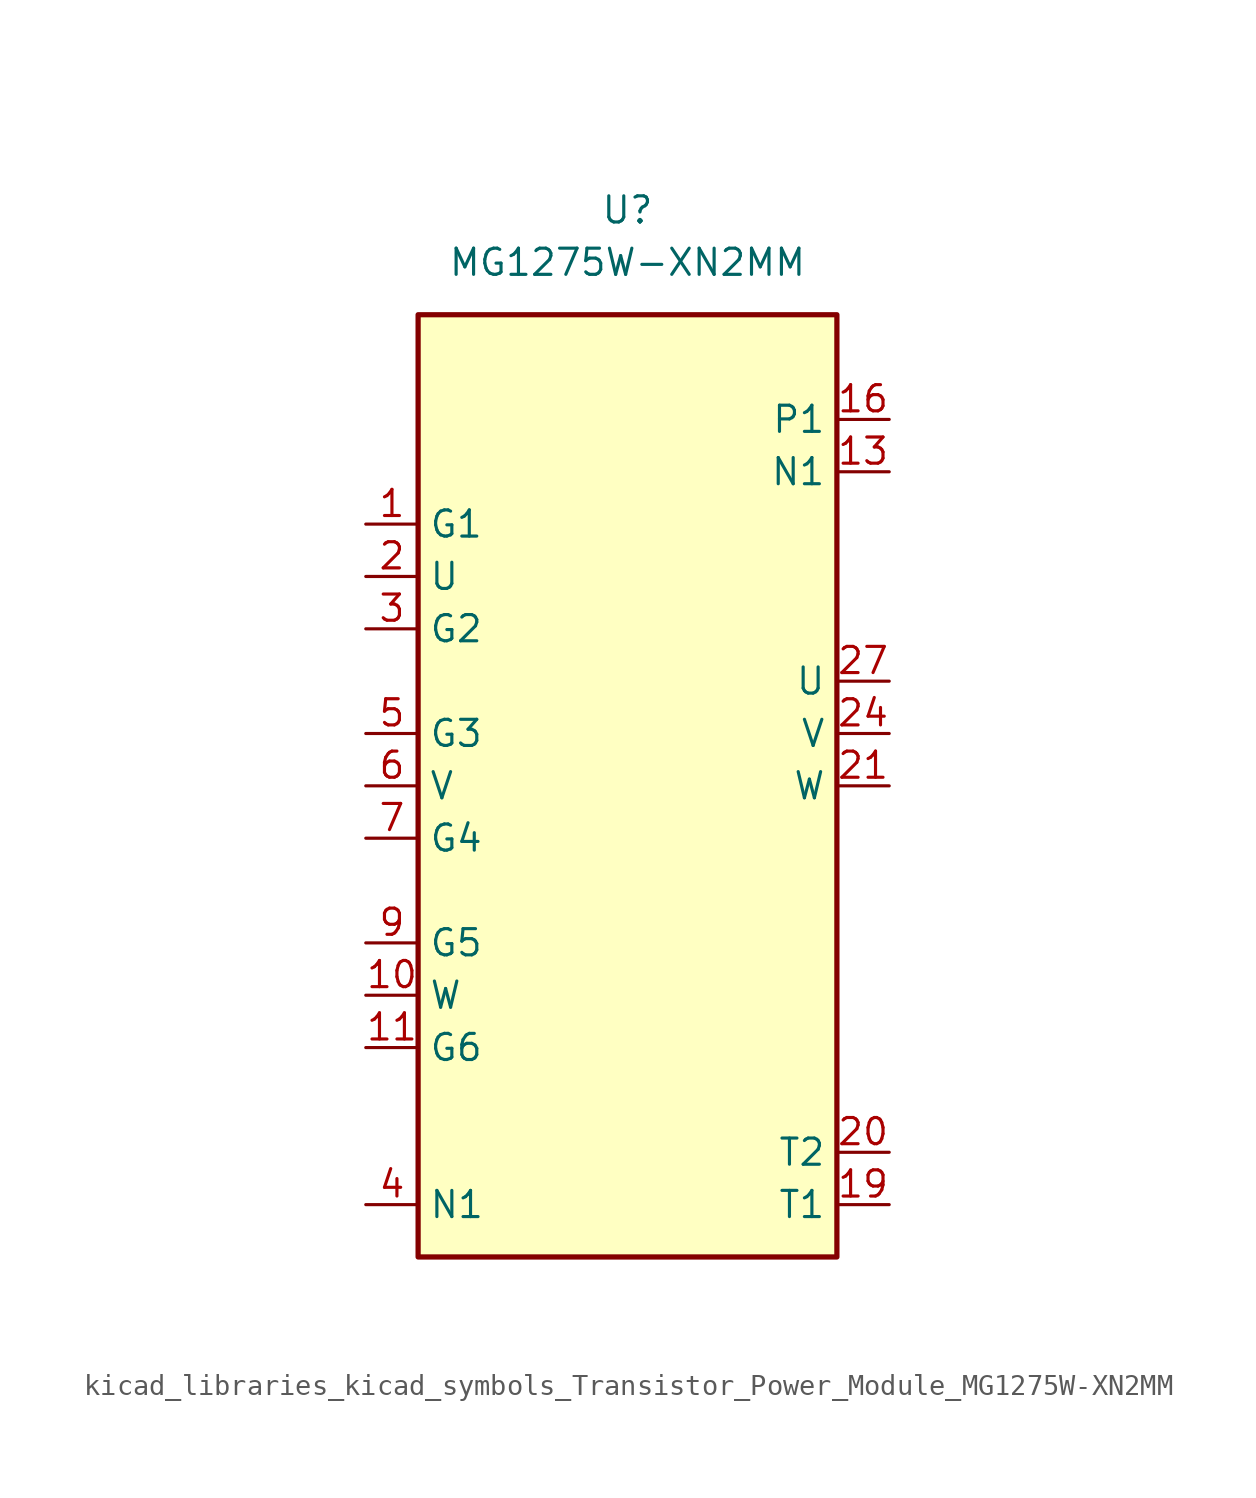
<source format=kicad_sym>
(kicad_symbol_lib
  (version 20220914)
  (generator kicad_symbol_editor)
  (symbol "kicad_libraries_kicad_symbols_Transistor_Power_Module_MG1275W-XN2MM"
    (property "Reference" "U"
      (at 0 27.94 0)
      (effects (font (size 1.27 1.27))))
    (property "Value" "MG1275W-XN2MM"
      (at 0 25.4 0)
      (effects (font (size 1.27 1.27))))
    (symbol "kicad_libraries_kicad_symbols_Transistor_Power_Module_MG1275W-XN2MM_0_0"
      (pin passive line (at 12.7 15.24 180) (length 2.54) (name "N1" (effects (font (size 1.27 1.27)))) (number "13" (effects (font (size 1.27 1.27)))))
      (pin passive line (at 12.7 15.24 180) (length 2.54) hide (name "N1" (effects (font (size 1.27 1.27)))) (number "14" (effects (font (size 1.27 1.27)))))
      (pin passive line (at 12.7 15.24 180) (length 2.54) hide (name "N1" (effects (font (size 1.27 1.27)))) (number "15" (effects (font (size 1.27 1.27)))))
      (pin passive line (at 12.7 17.78 180) (length 2.54) (name "P1" (effects (font (size 1.27 1.27)))) (number "16" (effects (font (size 1.27 1.27)))))
      (pin passive line (at 12.7 17.78 180) (length 2.54) hide (name "P1" (effects (font (size 1.27 1.27)))) (number "17" (effects (font (size 1.27 1.27)))))
      (pin passive line (at 12.7 17.78 180) (length 2.54) hide (name "P1" (effects (font (size 1.27 1.27)))) (number "18" (effects (font (size 1.27 1.27)))))
      (pin passive line (at 12.7 -20.32 180) (length 2.54) (name "T1" (effects (font (size 1.27 1.27)))) (number "19" (effects (font (size 1.27 1.27)))))
      (pin passive line (at 12.7 -17.78 180) (length 2.54) (name "T2" (effects (font (size 1.27 1.27)))) (number "20" (effects (font (size 1.27 1.27)))))
      (pin passive line (at 12.7 17.78 180) (length 2.54) hide (name "P1" (effects (font (size 1.27 1.27)))) (number "30" (effects (font (size 1.27 1.27)))))
      (pin passive line (at 12.7 17.78 180) (length 2.54) hide (name "P1" (effects (font (size 1.27 1.27)))) (number "31" (effects (font (size 1.27 1.27)))))
      (pin passive line (at 12.7 17.78 180) (length 2.54) hide (name "P1" (effects (font (size 1.27 1.27)))) (number "32" (effects (font (size 1.27 1.27)))))
      (pin passive line (at 12.7 15.24 180) (length 2.54) hide (name "N1" (effects (font (size 1.27 1.27)))) (number "33" (effects (font (size 1.27 1.27)))))
      (pin passive line (at 12.7 15.24 180) (length 2.54) hide (name "N1" (effects (font (size 1.27 1.27)))) (number "34" (effects (font (size 1.27 1.27)))))
      (pin passive line (at 12.7 15.24 180) (length 2.54) hide (name "N1" (effects (font (size 1.27 1.27)))) (number "35" (effects (font (size 1.27 1.27))))))
    (symbol "kicad_libraries_kicad_symbols_Transistor_Power_Module_MG1275W-XN2MM_1_1"
      (rectangle (start -10.16 22.86) (end 10.16 -22.86) (stroke (width 0.254) (type default)) (fill (type background)))
      (pin passive line (at -12.7 12.7 0) (length 2.54) (name "G1" (effects (font (size 1.27 1.27)))) (number "1" (effects (font (size 1.27 1.27)))))
      (pin passive line (at -12.7 -10.16 0) (length 2.54) (name "W" (effects (font (size 1.27 1.27)))) (number "10" (effects (font (size 1.27 1.27)))))
      (pin passive line (at -12.7 -12.7 0) (length 2.54) (name "G6" (effects (font (size 1.27 1.27)))) (number "11" (effects (font (size 1.27 1.27)))))
      (pin passive line (at -12.7 -20.32 0) (length 2.54) hide (name "N1" (effects (font (size 1.27 1.27)))) (number "12" (effects (font (size 1.27 1.27)))))
      (pin passive line (at -12.7 10.16 0) (length 2.54) (name "U" (effects (font (size 1.27 1.27)))) (number "2" (effects (font (size 1.27 1.27)))))
      (pin passive line (at 12.7 0 180) (length 2.54) (name "W" (effects (font (size 1.27 1.27)))) (number "21" (effects (font (size 1.27 1.27)))))
      (pin passive line (at 12.7 0 180) (length 2.54) hide (name "W" (effects (font (size 1.27 1.27)))) (number "22" (effects (font (size 1.27 1.27)))))
      (pin passive line (at 12.7 0 180) (length 2.54) hide (name "W" (effects (font (size 1.27 1.27)))) (number "23" (effects (font (size 1.27 1.27)))))
      (pin passive line (at 12.7 2.54 180) (length 2.54) (name "V" (effects (font (size 1.27 1.27)))) (number "24" (effects (font (size 1.27 1.27)))))
      (pin passive line (at 12.7 2.54 180) (length 2.54) hide (name "V" (effects (font (size 1.27 1.27)))) (number "25" (effects (font (size 1.27 1.27)))))
      (pin passive line (at 12.7 2.54 180) (length 2.54) hide (name "V" (effects (font (size 1.27 1.27)))) (number "26" (effects (font (size 1.27 1.27)))))
      (pin passive line (at 12.7 5.08 180) (length 2.54) (name "U" (effects (font (size 1.27 1.27)))) (number "27" (effects (font (size 1.27 1.27)))))
      (pin passive line (at 12.7 5.08 180) (length 2.54) hide (name "U" (effects (font (size 1.27 1.27)))) (number "28" (effects (font (size 1.27 1.27)))))
      (pin passive line (at 12.7 5.08 180) (length 2.54) hide (name "U" (effects (font (size 1.27 1.27)))) (number "29" (effects (font (size 1.27 1.27)))))
      (pin passive line (at -12.7 7.62 0) (length 2.54) (name "G2" (effects (font (size 1.27 1.27)))) (number "3" (effects (font (size 1.27 1.27)))))
      (pin passive line (at -12.7 -20.32 0) (length 2.54) (name "N1" (effects (font (size 1.27 1.27)))) (number "4" (effects (font (size 1.27 1.27)))))
      (pin passive line (at -12.7 2.54 0) (length 2.54) (name "G3" (effects (font (size 1.27 1.27)))) (number "5" (effects (font (size 1.27 1.27)))))
      (pin passive line (at -12.7 0 0) (length 2.54) (name "V" (effects (font (size 1.27 1.27)))) (number "6" (effects (font (size 1.27 1.27)))))
      (pin passive line (at -12.7 -2.54 0) (length 2.54) (name "G4" (effects (font (size 1.27 1.27)))) (number "7" (effects (font (size 1.27 1.27)))))
      (pin passive line (at -12.7 -20.32 0) (length 2.54) hide (name "N1" (effects (font (size 1.27 1.27)))) (number "8" (effects (font (size 1.27 1.27)))))
      (pin passive line (at -12.7 -7.62 0) (length 2.54) (name "G5" (effects (font (size 1.27 1.27)))) (number "9" (effects (font (size 1.27 1.27))))))))
</source>
